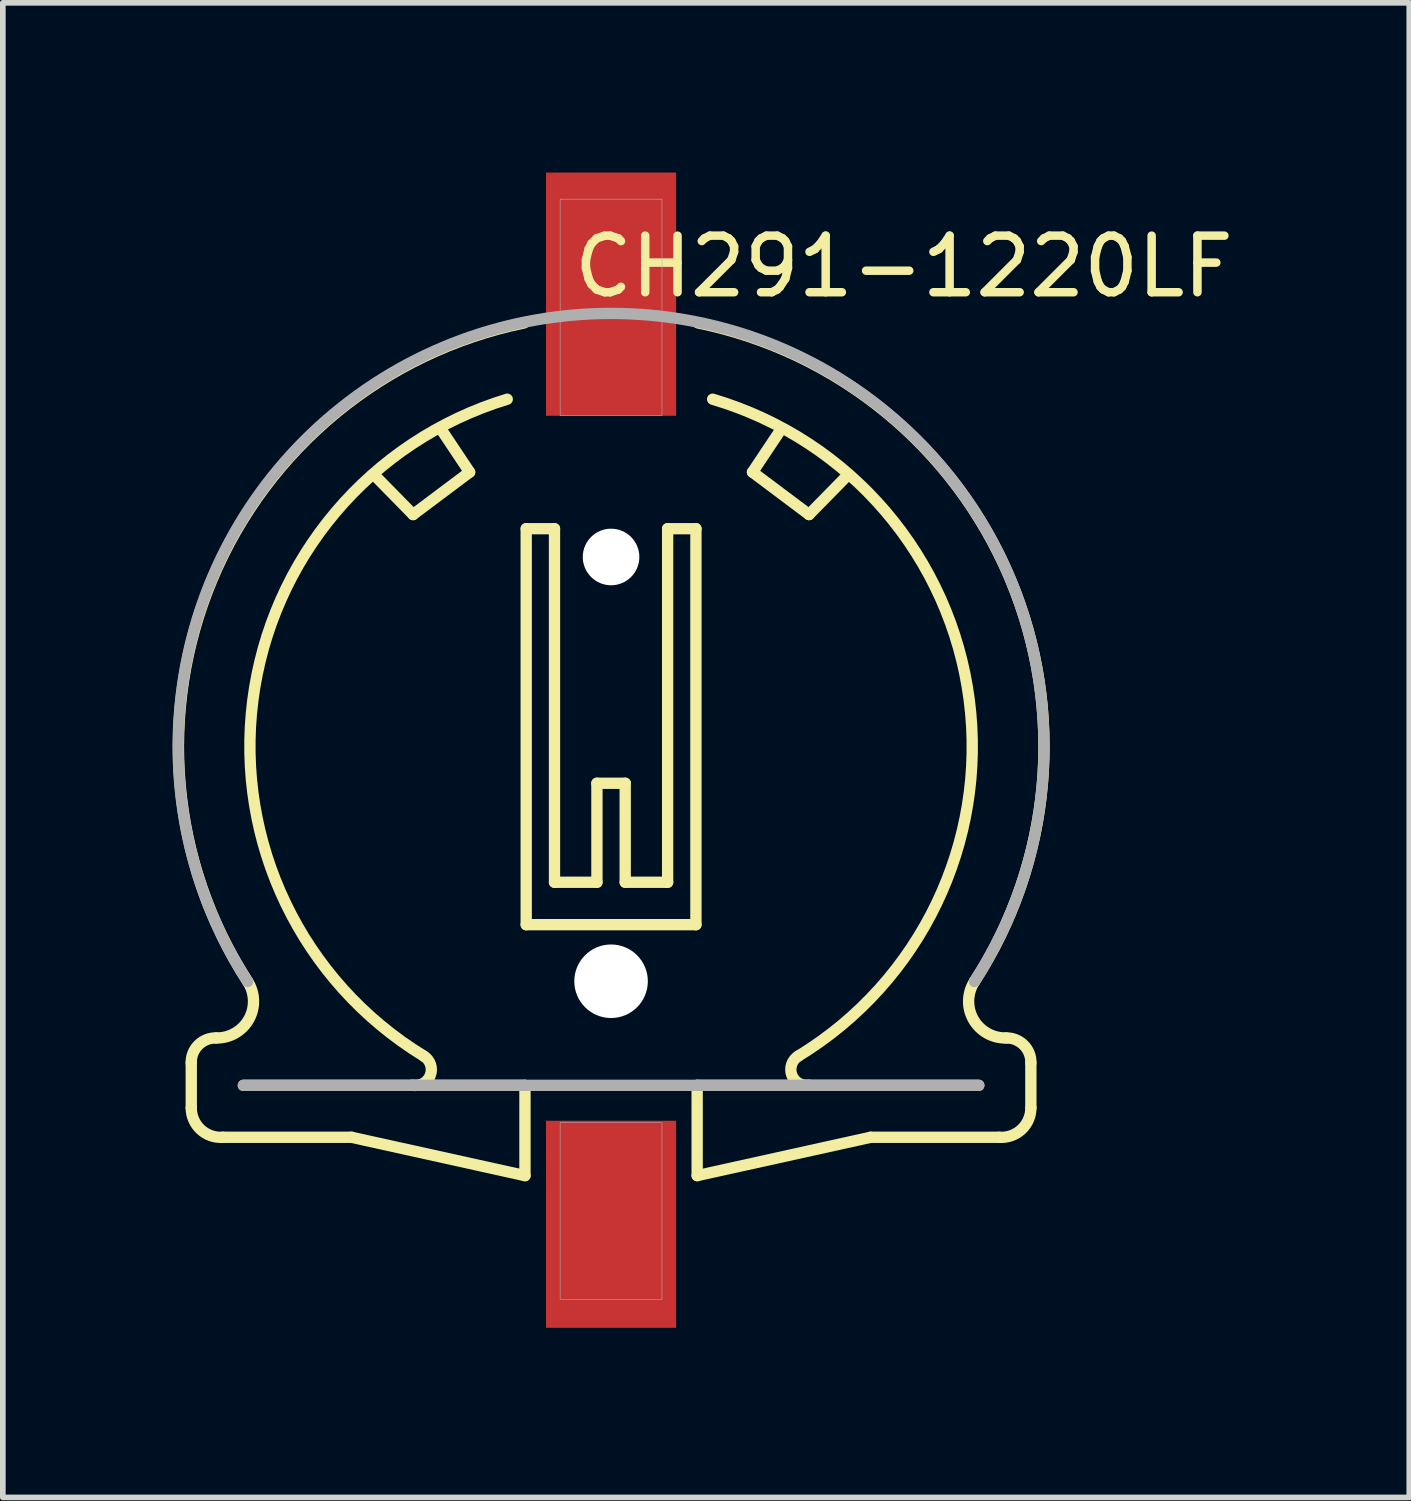
<source format=kicad_pcb>
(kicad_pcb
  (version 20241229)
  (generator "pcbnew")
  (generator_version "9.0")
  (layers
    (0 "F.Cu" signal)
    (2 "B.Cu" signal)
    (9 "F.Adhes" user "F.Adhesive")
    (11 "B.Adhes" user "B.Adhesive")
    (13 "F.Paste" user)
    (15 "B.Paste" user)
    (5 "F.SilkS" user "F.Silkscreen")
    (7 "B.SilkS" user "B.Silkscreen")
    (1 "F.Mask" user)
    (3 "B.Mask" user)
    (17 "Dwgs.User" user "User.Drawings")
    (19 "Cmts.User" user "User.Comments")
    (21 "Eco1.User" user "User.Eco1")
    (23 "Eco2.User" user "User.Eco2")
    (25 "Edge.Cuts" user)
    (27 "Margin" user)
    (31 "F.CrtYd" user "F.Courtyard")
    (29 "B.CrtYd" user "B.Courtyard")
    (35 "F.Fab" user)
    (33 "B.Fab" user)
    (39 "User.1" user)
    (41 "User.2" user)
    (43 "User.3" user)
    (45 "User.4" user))
  (footprint "CH291-1220LF"
    (layer "F.Cu")
    (at 7.752 16.296)
    (property "Reference" "CH291-1220LF" (at 5.175 -14.635 0) (layer "F.SilkS") (effects (font (size 1 1) (thickness 0.15))))
    (attr smd)
    (fp_line (start -7.421 -0.559) (end -7.421 0.239) (stroke (width 0.2) (type solid)) (layer "F.SilkS"))
    (fp_line (start -6.863 0.758) (end -4.588 0.758) (stroke (width 0.2) (type solid)) (layer "F.SilkS"))
    (fp_line (start -6.5 -0.16) (end -1.522 -0.16) (stroke (width 0.2) (type solid)) (layer "F.SilkS"))
    (fp_line (start -4.588 0.758) (end -1.522 1.436) (stroke (width 0.2) (type solid)) (layer "F.SilkS"))
    (fp_line (start -3.5 -10.25) (end -4.125 -10.887) (stroke (width 0.2) (type solid)) (layer "F.SilkS"))
    (fp_line (start -3 -11.75) (end -2.5 -11) (stroke (width 0.2) (type solid)) (layer "F.SilkS"))
    (fp_line (start -2.5 -11) (end -3.5 -10.25) (stroke (width 0.2) (type solid)) (layer "F.SilkS"))
    (fp_line (start -1.522 1.436) (end -1.522 -0.16) (stroke (width 0.2) (type solid)) (layer "F.SilkS"))
    (fp_line (start -1.5 -10) (end -1.5 -3) (stroke (width 0.2) (type solid)) (layer "F.SilkS"))
    (fp_line (start -1.5 -3) (end 1.5 -3) (stroke (width 0.2) (type solid)) (layer "F.SilkS"))
    (fp_line (start -1 -10) (end -1.5 -10) (stroke (width 0.2) (type solid)) (layer "F.SilkS"))
    (fp_line (start -1 -3.75) (end -1 -10) (stroke (width 0.2) (type solid)) (layer "F.SilkS"))
    (fp_line (start -0.25 -5.5) (end -0.25 -3.75) (stroke (width 0.2) (type solid)) (layer "F.SilkS"))
    (fp_line (start -0.25 -3.75) (end -1 -3.75) (stroke (width 0.2) (type solid)) (layer "F.SilkS"))
    (fp_line (start 0.25 -5.5) (end -0.25 -5.5) (stroke (width 0.2) (type solid)) (layer "F.SilkS"))
    (fp_line (start 0.25 -3.75) (end 0.25 -5.5) (stroke (width 0.2) (type solid)) (layer "F.SilkS"))
    (fp_line (start 1 -10) (end 1 -3.75) (stroke (width 0.2) (type solid)) (layer "F.SilkS"))
    (fp_line (start 1 -3.75) (end 0.25 -3.75) (stroke (width 0.2) (type solid)) (layer "F.SilkS"))
    (fp_line (start 1.5 -10) (end 1 -10) (stroke (width 0.2) (type solid)) (layer "F.SilkS"))
    (fp_line (start 1.5 -3) (end 1.5 -10) (stroke (width 0.2) (type solid)) (layer "F.SilkS"))
    (fp_line (start 1.522 -0.16) (end 6.5 -0.16) (stroke (width 0.2) (type solid)) (layer "F.SilkS"))
    (fp_line (start 1.522 1.436) (end 1.522 -0.16) (stroke (width 0.2) (type solid)) (layer "F.SilkS"))
    (fp_line (start 2.5 -11) (end 3.5 -10.25) (stroke (width 0.2) (type solid)) (layer "F.SilkS"))
    (fp_line (start 3 -11.75) (end 2.5 -11) (stroke (width 0.2) (type solid)) (layer "F.SilkS"))
    (fp_line (start 3.5 -10.25) (end 4.125 -10.887) (stroke (width 0.2) (type solid)) (layer "F.SilkS"))
    (fp_line (start 4.588 0.758) (end 1.522 1.436) (stroke (width 0.2) (type solid)) (layer "F.SilkS"))
    (fp_line (start 6.863 0.758) (end 4.588 0.758) (stroke (width 0.2) (type solid)) (layer "F.SilkS"))
    (fp_line (start 7.421 -0.559) (end 7.421 0.239) (stroke (width 0.2) (type solid)) (layer "F.SilkS"))
    (fp_arc (start -7.4214 -0.5586) (mid -7.295895 -0.871996) (end -6.982499 -0.9975) (stroke (width 0.2) (type solid)) (layer "F.SilkS"))
    (fp_arc (start -6.8628 0.7581) (mid -7.255195 0.620544) (end -7.4214 0.2394) (stroke (width 0.2) (type solid)) (layer "F.SilkS"))
    (fp_arc (start -6.423901 -1.995) (mid -6.402893 -1.328078) (end -6.9825 -0.9975) (stroke (width 0.2) (type solid)) (layer "F.SilkS"))
    (fp_arc (start -6.423901 -1.995) (mid -7.051521 -9.105085) (end -1.5375 -13.6375) (stroke (width 0.2) (type solid)) (layer "F.SilkS"))
    (fp_arc (start -3.311701 -0.6783) (mid -3.19616 -0.336335) (end -3.5125 -0.1625) (stroke (width 0.2) (type solid)) (layer "F.SilkS"))
    (fp_arc (start -3.3117 -0.6783) (mid -6.333182 -6.961779) (end -1.8354 -12.2892) (stroke (width 0.2) (type solid)) (layer "F.SilkS"))
    (fp_arc (start 1.537501 -13.6375) (mid 7.057887 -9.107756) (end 6.4239 -1.995) (stroke (width 0.2) (type solid)) (layer "F.SilkS"))
    (fp_arc (start 1.7955 -12.2892) (mid 6.331162 -6.97704) (end 3.3117 -0.6783) (stroke (width 0.2) (type solid)) (layer "F.SilkS"))
    (fp_arc (start 3.5 -0.1625) (mid 3.194316 -0.343176) (end 3.3117 -0.678299) (stroke (width 0.2) (type solid)) (layer "F.SilkS"))
    (fp_arc (start 6.982499 -0.9975) (mid 7.295895 -0.871996) (end 7.4214 -0.5586) (stroke (width 0.2) (type solid)) (layer "F.SilkS"))
    (fp_arc (start 6.9825 -0.9975) (mid 6.402893 -1.328078) (end 6.423901 -1.995) (stroke (width 0.2) (type solid)) (layer "F.SilkS"))
    (fp_arc (start 7.4214 0.2394) (mid 7.255195 0.620544) (end 6.8628 0.7581) (stroke (width 0.2) (type solid)) (layer "F.SilkS"))
    (fp_line (start -6.5 -0.16) (end 6.5 -0.16) (stroke (width 0.2) (type solid)) (layer "F.Fab"))
    (fp_arc (start -6.4239 -1.995) (mid 0 -13.805452) (end 6.4239 -1.995) (stroke (width 0.2) (type solid)) (layer "F.Fab"))
    (fp_poly (pts (xy -0.9 -15.825) (xy 0.9 -15.825) (xy 0.9 -12) (xy -0.9 -12)) (stroke (width 0.01) (type solid)) (fill no) (layer "F.Fab"))
    (fp_poly (pts (xy -0.9 0.5) (xy 0.9 0.5) (xy 0.9 3.625) (xy -0.9 3.625)) (stroke (width 0.01) (type solid)) (fill no) (layer "F.Fab"))
    (pad "" np_thru_hole circle (at 0 -9.5) (size 1 1) (drill 1) (layers "*.Cu" "*.Mask"))
    (pad "" np_thru_hole circle (at 0 -2) (size 1.3 1.3) (drill 1.3) (layers "*.Cu" "*.Mask"))
    (pad "+" smd rect (at 0 2.296) (size 2.3 3.66) (layers "F.Cu" "F.Mask" "F.Paste"))
    (pad "-" smd rect (at 0 -14.146) (size 2.3 4.3) (layers "F.Cu" "F.Mask" "F.Paste")))
  (gr_rect
    (start -3 -3)
    (end 21.862 23.421)
    (stroke (width 0.1) (type default))
    (fill no)
    (layer "Edge.Cuts")))
</source>
